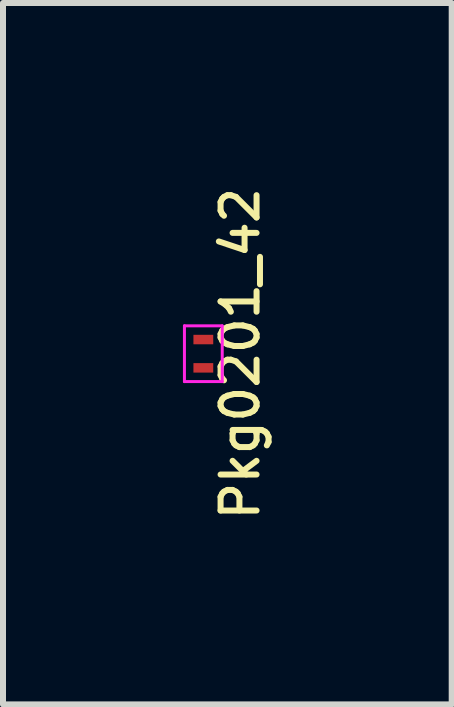
<source format=kicad_pcb>
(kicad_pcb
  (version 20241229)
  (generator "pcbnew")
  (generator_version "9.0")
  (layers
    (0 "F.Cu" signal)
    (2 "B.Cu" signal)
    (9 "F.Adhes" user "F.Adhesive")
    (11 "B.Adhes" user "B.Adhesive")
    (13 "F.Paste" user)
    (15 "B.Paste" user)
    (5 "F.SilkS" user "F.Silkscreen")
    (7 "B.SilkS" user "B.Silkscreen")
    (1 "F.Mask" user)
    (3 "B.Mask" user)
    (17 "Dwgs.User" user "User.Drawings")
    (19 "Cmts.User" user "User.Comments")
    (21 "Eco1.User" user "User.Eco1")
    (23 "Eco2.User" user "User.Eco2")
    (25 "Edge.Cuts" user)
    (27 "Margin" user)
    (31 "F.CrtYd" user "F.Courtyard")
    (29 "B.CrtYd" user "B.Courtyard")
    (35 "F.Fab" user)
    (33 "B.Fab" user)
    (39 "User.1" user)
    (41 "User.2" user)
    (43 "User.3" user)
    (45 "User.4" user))
  (footprint "Pkg0201_42"
    (layer "F.Cu")
    (at 0.34 2.847)
    (property "Reference" "Pkg0201_42" (at 0.615 0 90) (layer "F.SilkS") (effects (font (size 0.6 0.6) (thickness 0.1))))
    (fp_line (start -0.315 -0.465) (end -0.315 0.465) (stroke (width 0.05) (type solid)) (layer "F.CrtYd"))
    (fp_line (start -0.315 0.465) (end 0.315 0.465) (stroke (width 0.05) (type solid)) (layer "F.CrtYd"))
    (fp_line (start 0.315 -0.465) (end -0.315 -0.465) (stroke (width 0.05) (type solid)) (layer "F.CrtYd"))
    (fp_line (start 0.315 0.465) (end 0.315 -0.465) (stroke (width 0.05) (type solid)) (layer "F.CrtYd"))
    (pad "1" smd rect (at 0 -0.236) (size 0.33 0.158) (layers "F.Cu" "F.Mask" "F.Paste"))
    (pad "2" smd rect (at 0 0.236) (size 0.33 0.158) (layers "F.Cu" "F.Mask" "F.Paste")))
  (gr_rect
    (start -3 -3)
    (end 4.481 8.694)
    (stroke (width 0.1) (type default))
    (fill no)
    (layer "Edge.Cuts")))
</source>
